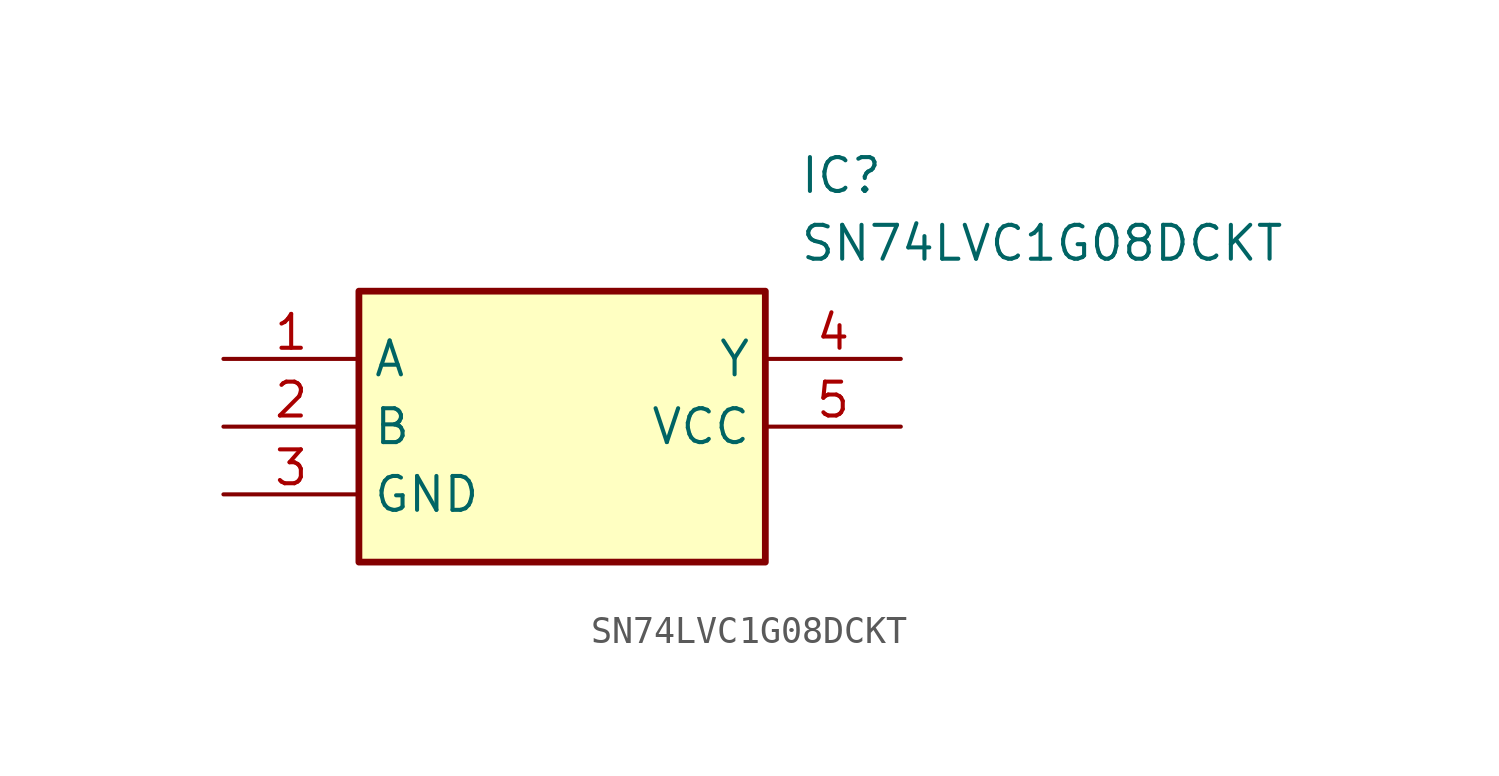
<source format=kicad_sym>
(kicad_symbol_lib
  (version 20211014)
  (generator SamacSys_ECAD_Model)
  (symbol "SN74LVC1G08DCKT"
    (property "Reference" "IC"
      (at 21.59 7.62 0)
      (effects (font (size 1.27 1.27)) (justify left top)))
    (property "Value" "SN74LVC1G08DCKT"
      (at 21.59 5.08 0)
      (effects (font (size 1.27 1.27)) (justify left top)))
    (rectangle
      (start 5.08 2.54)
      (end 20.32 -7.62)
      (stroke (width 0.254) (type default))
      (fill (type background)))
    (pin passive line
      (at 0 0 0)
      (length 5.08)
      (name "A" (effects (font (size 1.27 1.27))))
      (number "1" (effects (font (size 1.27 1.27)))))
    (pin passive line
      (at 0 -2.54 0)
      (length 5.08)
      (name "B" (effects (font (size 1.27 1.27))))
      (number "2" (effects (font (size 1.27 1.27)))))
    (pin passive line
      (at 0 -5.08 0)
      (length 5.08)
      (name "GND" (effects (font (size 1.27 1.27))))
      (number "3" (effects (font (size 1.27 1.27)))))
    (pin passive line
      (at 25.4 0 180)
      (length 5.08)
      (name "Y" (effects (font (size 1.27 1.27))))
      (number "4" (effects (font (size 1.27 1.27)))))
    (pin passive line
      (at 25.4 -2.54 180)
      (length 5.08)
      (name "VCC" (effects (font (size 1.27 1.27))))
      (number "5" (effects (font (size 1.27 1.27)))))))
</source>
